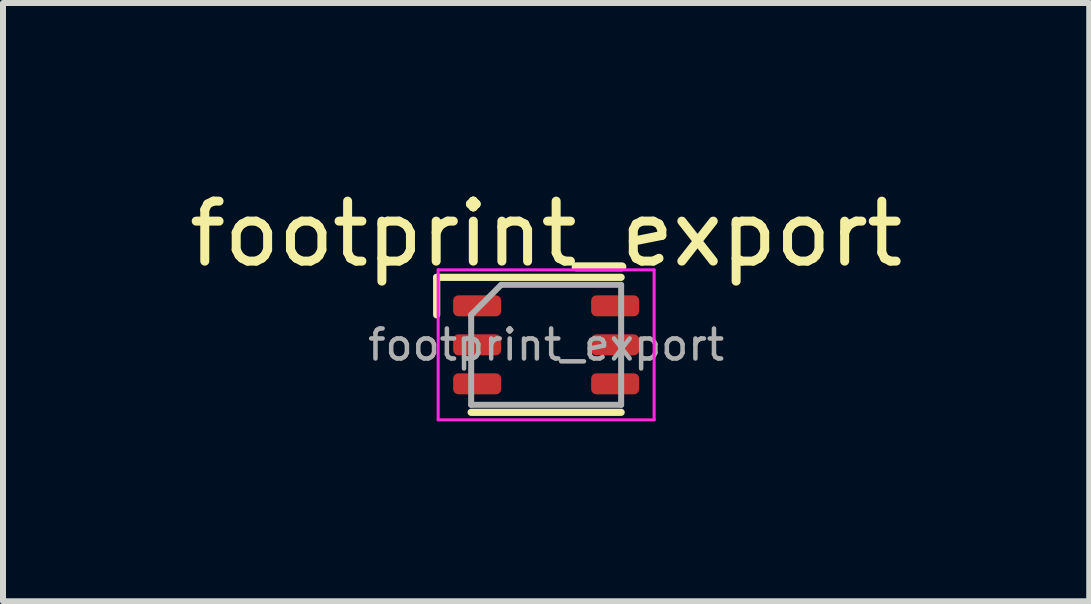
<source format=kicad_pcb>
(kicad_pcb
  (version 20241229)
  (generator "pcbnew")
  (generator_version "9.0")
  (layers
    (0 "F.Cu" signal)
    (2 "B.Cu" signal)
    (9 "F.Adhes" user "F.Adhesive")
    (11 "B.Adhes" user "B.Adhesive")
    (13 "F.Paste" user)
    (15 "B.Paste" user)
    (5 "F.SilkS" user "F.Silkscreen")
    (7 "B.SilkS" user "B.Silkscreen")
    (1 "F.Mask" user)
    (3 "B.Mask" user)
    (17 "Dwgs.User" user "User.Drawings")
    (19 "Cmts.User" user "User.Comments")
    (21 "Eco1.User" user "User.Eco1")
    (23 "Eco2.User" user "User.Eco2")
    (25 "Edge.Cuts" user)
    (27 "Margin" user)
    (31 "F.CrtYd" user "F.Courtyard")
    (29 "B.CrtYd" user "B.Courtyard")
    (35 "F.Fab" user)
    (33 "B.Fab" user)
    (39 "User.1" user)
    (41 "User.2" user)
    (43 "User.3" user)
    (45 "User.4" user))
  (footprint "footprint_export"
    (layer "F.Cu")
    (at 6.054 2.698)
    (property "Reference" "footprint_export" (at 0 -1.85 0) (layer "F.SilkS") (effects (font (size 1 1) (thickness 0.15))))
    (attr smd)
    (fp_line (start -1.825 -1.125) (end -1.825 -0.5) (stroke (width 0.12) (type default)) (layer "F.SilkS"))
    (fp_line (start 1.25 -1.125) (end -1.825 -1.125) (stroke (width 0.12) (type default)) (layer "F.SilkS"))
    (fp_line (start 1.25 1.125) (end -1.25 1.125) (stroke (width 0.12) (type default)) (layer "F.SilkS"))
    (fp_line (start -1.8 -1.25) (end 1.8 -1.25) (stroke (width 0.05) (type default)) (layer "F.CrtYd"))
    (fp_line (start -1.8 1.25) (end -1.8 -1.25) (stroke (width 0.05) (type default)) (layer "F.CrtYd"))
    (fp_line (start 1.8 -1.25) (end 1.8 1.25) (stroke (width 0.05) (type default)) (layer "F.CrtYd"))
    (fp_line (start 1.8 1.25) (end -1.8 1.25) (stroke (width 0.05) (type default)) (layer "F.CrtYd"))
    (fp_line (start -1.25 1) (end -1.25 -0.5) (stroke (width 0.1) (type default)) (layer "F.Fab"))
    (fp_line (start -0.75 -1) (end -1.25 -0.5) (stroke (width 0.1) (type default)) (layer "F.Fab"))
    (fp_line (start -0.75 -1) (end 1.25 -1) (stroke (width 0.1) (type default)) (layer "F.Fab"))
    (fp_line (start 1.25 -1) (end 1.25 1) (stroke (width 0.1) (type default)) (layer "F.Fab"))
    (fp_line (start 1.25 1) (end -1.25 1) (stroke (width 0.1) (type default)) (layer "F.Fab"))
    (fp_text user "${REFERENCE}" (at 0 0 0) (layer "F.Fab") (effects (font (size 0.5 0.5) (thickness 0.075))))
    (pad "1" smd roundrect (at -1.15 -0.65) (size 0.8 0.35) (layers "F.Cu" "F.Mask" "F.Paste") (roundrect_rratio 0.25))
    (pad "2" smd roundrect (at -1.15 0) (size 0.8 0.35) (layers "F.Cu" "F.Mask" "F.Paste") (roundrect_rratio 0.25))
    (pad "3" smd roundrect (at -1.15 0.65) (size 0.8 0.35) (layers "F.Cu" "F.Mask" "F.Paste") (roundrect_rratio 0.25))
    (pad "4" smd roundrect (at 1.15 0.65) (size 0.8 0.35) (layers "F.Cu" "F.Mask" "F.Paste") (roundrect_rratio 0.25))
    (pad "5" smd roundrect (at 1.15 0) (size 0.8 0.35) (layers "F.Cu" "F.Mask" "F.Paste") (roundrect_rratio 0.25))
    (pad "6" smd roundrect (at 1.15 -0.65) (size 0.8 0.35) (layers "F.Cu" "F.Mask" "F.Paste") (roundrect_rratio 0.25)))
  (gr_rect
    (start -3 -3)
    (end 15.107 6.973)
    (stroke (width 0.1) (type default))
    (fill no)
    (layer "Edge.Cuts")))
</source>
